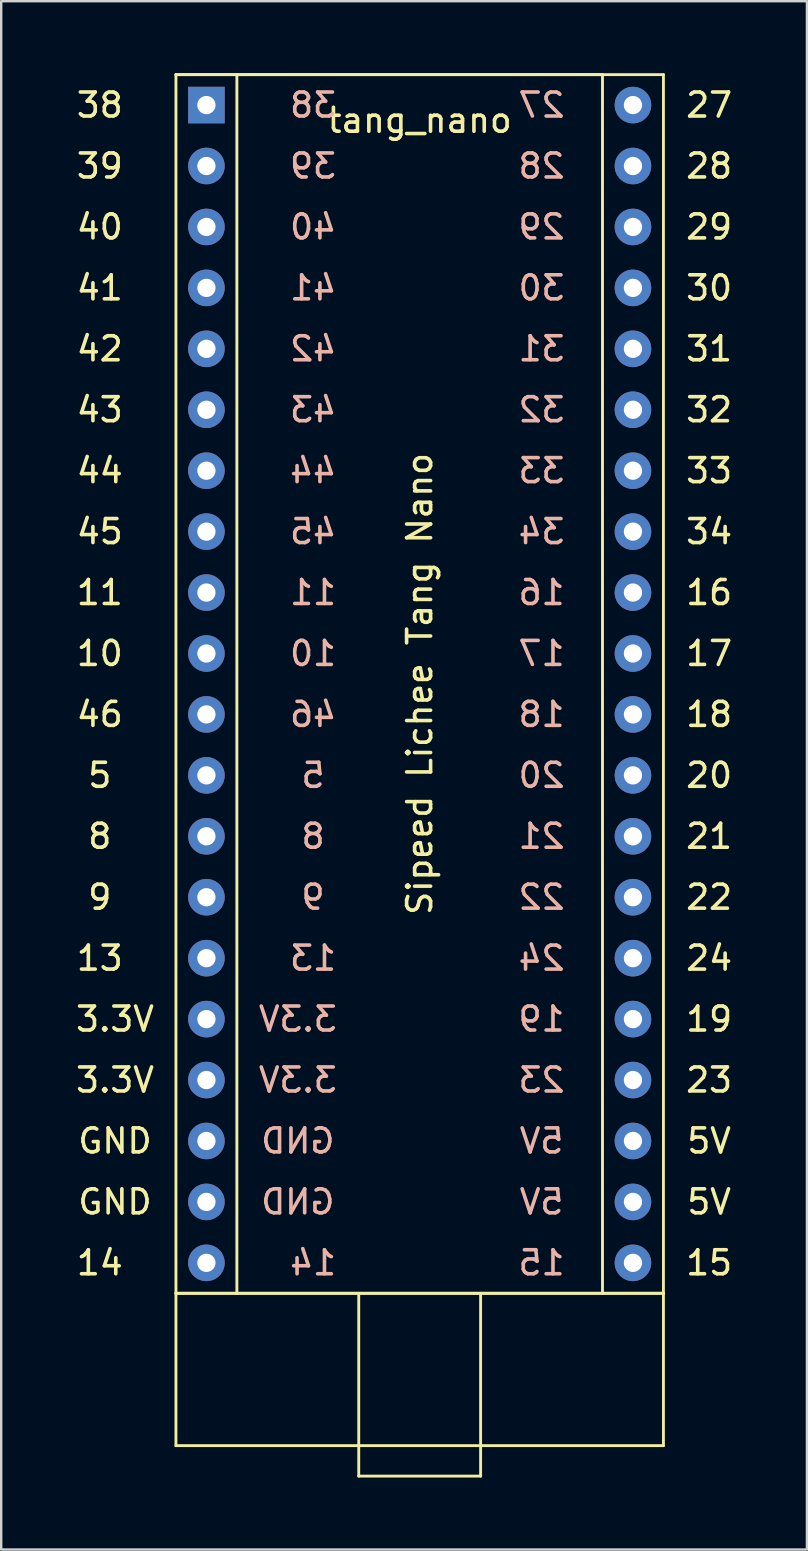
<source format=kicad_pcb>
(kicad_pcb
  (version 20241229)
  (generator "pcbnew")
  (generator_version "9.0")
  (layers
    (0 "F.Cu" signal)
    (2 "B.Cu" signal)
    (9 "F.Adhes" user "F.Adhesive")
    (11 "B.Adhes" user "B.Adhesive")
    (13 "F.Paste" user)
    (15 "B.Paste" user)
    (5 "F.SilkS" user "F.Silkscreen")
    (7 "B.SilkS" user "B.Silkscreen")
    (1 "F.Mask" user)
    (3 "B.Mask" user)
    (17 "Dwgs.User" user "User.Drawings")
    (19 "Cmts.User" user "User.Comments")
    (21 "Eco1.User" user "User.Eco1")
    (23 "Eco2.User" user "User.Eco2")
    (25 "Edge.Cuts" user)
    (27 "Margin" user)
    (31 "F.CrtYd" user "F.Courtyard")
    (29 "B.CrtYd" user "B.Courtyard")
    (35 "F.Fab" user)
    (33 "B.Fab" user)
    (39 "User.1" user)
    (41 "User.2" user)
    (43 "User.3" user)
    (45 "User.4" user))
  (footprint "tang_nano"
    (layer "F.Cu")
    (at 14.444 22.92)
    (property "Reference" "tang_nano" (at 0 -20.955 0) (layer "F.SilkS") (effects (font (size 1 1) (thickness 0.15))))
    (attr through_hole)
    (fp_line (start -10.16 -22.86) (end -10.16 27.94) (stroke (width 0.12) (type solid)) (layer "F.SilkS"))
    (fp_line (start -10.16 -22.86) (end 10.16 -22.86) (stroke (width 0.12) (type solid)) (layer "F.SilkS"))
    (fp_line (start -10.16 27.94) (end -10.16 34.29) (stroke (width 0.12) (type solid)) (layer "F.SilkS"))
    (fp_line (start -10.16 27.94) (end 7.62 27.94) (stroke (width 0.12) (type solid)) (layer "F.SilkS"))
    (fp_line (start -10.16 34.29) (end 10.16 34.29) (stroke (width 0.12) (type solid)) (layer "F.SilkS"))
    (fp_line (start -7.62 27.94) (end -7.62 -22.86) (stroke (width 0.12) (type solid)) (layer "F.SilkS"))
    (fp_line (start -2.54 27.94) (end -2.54 35.56) (stroke (width 0.12) (type solid)) (layer "F.SilkS"))
    (fp_line (start -2.54 35.56) (end 2.54 35.56) (stroke (width 0.12) (type solid)) (layer "F.SilkS"))
    (fp_line (start 2.54 35.56) (end 2.54 27.94) (stroke (width 0.12) (type solid)) (layer "F.SilkS"))
    (fp_line (start 7.62 -22.86) (end -10.16 -22.86) (stroke (width 0.12) (type solid)) (layer "F.SilkS"))
    (fp_line (start 7.62 27.94) (end 7.62 -22.86) (stroke (width 0.12) (type solid)) (layer "F.SilkS"))
    (fp_line (start 10.16 -22.86) (end 10.16 27.94) (stroke (width 0.12) (type solid)) (layer "F.SilkS"))
    (fp_line (start 10.16 27.94) (end -10.16 27.94) (stroke (width 0.12) (type solid)) (layer "F.SilkS"))
    (fp_line (start 10.16 27.94) (end 7.62 27.94) (stroke (width 0.12) (type solid)) (layer "F.SilkS"))
    (fp_line (start 10.16 34.29) (end 10.16 27.94) (stroke (width 0.12) (type solid)) (layer "F.SilkS"))
    (fp_text user "20" (at 12.065 6.35 0) (layer "F.SilkS") (effects (font (size 1 1) (thickness 0.15))))
    (fp_text user "10" (at -13.335 1.27 0) (layer "F.SilkS") (effects (font (size 1 1) (thickness 0.15))))
    (fp_text user "23" (at 12.065 19.05 0) (layer "F.SilkS") (effects (font (size 1 1) (thickness 0.15))))
    (fp_text user "GND" (at -12.7 24.13 0) (layer "F.SilkS") (effects (font (size 1 1) (thickness 0.15))))
    (fp_text user "31" (at 12.065 -11.43 0) (layer "F.SilkS") (effects (font (size 1 1) (thickness 0.15))))
    (fp_text user "18" (at 12.065 3.81 0) (layer "F.SilkS") (effects (font (size 1 1) (thickness 0.15))))
    (fp_text user "5" (at -13.335 6.35 0) (layer "F.SilkS") (effects (font (size 1 1) (thickness 0.15))))
    (fp_text user "41" (at -13.335 -13.97 0) (layer "F.SilkS") (effects (font (size 1 1) (thickness 0.15))))
    (fp_text user "29" (at 12.065 -16.51 0) (layer "F.SilkS") (effects (font (size 1 1) (thickness 0.15))))
    (fp_text user "11" (at -13.335 -1.27 0) (layer "F.SilkS") (effects (font (size 1 1) (thickness 0.15))))
    (fp_text user "15" (at 12.065 26.67 0) (layer "F.SilkS") (effects (font (size 1 1) (thickness 0.15))))
    (fp_text user "9" (at -13.335 11.43 0) (layer "F.SilkS") (effects (font (size 1 1) (thickness 0.15))))
    (fp_text user "3.3V" (at -12.7 19.05 0) (layer "F.SilkS") (effects (font (size 1 1) (thickness 0.15))))
    (fp_text user "14" (at -13.335 26.67 0) (layer "F.SilkS") (effects (font (size 1 1) (thickness 0.15))))
    (fp_text user "39" (at -13.335 -19.05 0) (layer "F.SilkS") (effects (font (size 1 1) (thickness 0.15))))
    (fp_text user "43" (at -13.335 -8.89 0) (layer "F.SilkS") (effects (font (size 1 1) (thickness 0.15))))
    (fp_text user "34" (at 12.065 -3.81 0) (layer "F.SilkS") (effects (font (size 1 1) (thickness 0.15))))
    (fp_text user "Sipeed Lichee Tang Nano" (at 0 2.54 90) (layer "F.SilkS") (effects (font (size 1 1) (thickness 0.15))))
    (fp_text user "5V" (at 12.065 24.13 0) (layer "F.SilkS") (effects (font (size 1 1) (thickness 0.15))))
    (fp_text user "19" (at 12.065 16.51 0) (layer "F.SilkS") (effects (font (size 1 1) (thickness 0.15))))
    (fp_text user "45" (at -13.335 -3.81 0) (layer "F.SilkS") (effects (font (size 1 1) (thickness 0.15))))
    (fp_text user "13" (at -13.335 13.97 0) (layer "F.SilkS") (effects (font (size 1 1) (thickness 0.15))))
    (fp_text user "22" (at 12.065 11.43 0) (layer "F.SilkS") (effects (font (size 1 1) (thickness 0.15))))
    (fp_text user "21" (at 12.065 8.89 0) (layer "F.SilkS") (effects (font (size 1 1) (thickness 0.15))))
    (fp_text user "16" (at 12.065 -1.27 0) (layer "F.SilkS") (effects (font (size 1 1) (thickness 0.15))))
    (fp_text user "30" (at 12.065 -13.97 0) (layer "F.SilkS") (effects (font (size 1 1) (thickness 0.15))))
    (fp_text user "17" (at 12.065 1.27 0) (layer "F.SilkS") (effects (font (size 1 1) (thickness 0.15))))
    (fp_text user "5V" (at 12.065 21.59 0) (layer "F.SilkS") (effects (font (size 1 1) (thickness 0.15))))
    (fp_text user "44" (at -13.335 -6.35 0) (layer "F.SilkS") (effects (font (size 1 1) (thickness 0.15))))
    (fp_text user "8" (at -13.335 8.89 0) (layer "F.SilkS") (effects (font (size 1 1) (thickness 0.15))))
    (fp_text user "GND" (at -12.7 21.59 0) (layer "F.SilkS") (effects (font (size 1 1) (thickness 0.15))))
    (fp_text user "3.3V" (at -12.7 16.51 0) (layer "F.SilkS") (effects (font (size 1 1) (thickness 0.15))))
    (fp_text user "27" (at 12.065 -21.59 0) (layer "F.SilkS") (effects (font (size 1 1) (thickness 0.15))))
    (fp_text user "40" (at -13.335 -16.51 0) (layer "F.SilkS") (effects (font (size 1 1) (thickness 0.15))))
    (fp_text user "46" (at -13.335 3.81 0) (layer "F.SilkS") (effects (font (size 1 1) (thickness 0.15))))
    (fp_text user "24" (at 12.065 13.97 0) (layer "F.SilkS") (effects (font (size 1 1) (thickness 0.15))))
    (fp_text user "33" (at 12.065 -6.35 0) (layer "F.SilkS") (effects (font (size 1 1) (thickness 0.15))))
    (fp_text user "38" (at -13.335 -21.59 0) (layer "F.SilkS") (effects (font (size 1 1) (thickness 0.15))))
    (fp_text user "28" (at 12.065 -19.05 0) (layer "F.SilkS") (effects (font (size 1 1) (thickness 0.15))))
    (fp_text user "32" (at 12.065 -8.89 0) (layer "F.SilkS") (effects (font (size 1 1) (thickness 0.15))))
    (fp_text user "42" (at -13.335 -11.43 0) (layer "F.SilkS") (effects (font (size 1 1) (thickness 0.15))))
    (fp_text user "41" (at -4.445 -13.97 180) (layer "B.SilkS") (effects (font (size 1 1) (thickness 0.15)) (justify mirror)))
    (fp_text user "15" (at 5.08 26.67 180) (layer "B.SilkS") (effects (font (size 1 1) (thickness 0.15)) (justify mirror)))
    (fp_text user "34" (at 5.08 -3.81 180) (layer "B.SilkS") (effects (font (size 1 1) (thickness 0.15)) (justify mirror)))
    (fp_text user "24" (at 5.08 13.97 180) (layer "B.SilkS") (effects (font (size 1 1) (thickness 0.15)) (justify mirror)))
    (fp_text user "20" (at 5.08 6.35 180) (layer "B.SilkS") (effects (font (size 1 1) (thickness 0.15)) (justify mirror)))
    (fp_text user "31" (at 5.08 -11.43 180) (layer "B.SilkS") (effects (font (size 1 1) (thickness 0.15)) (justify mirror)))
    (fp_text user "23" (at 5.08 19.05 180) (layer "B.SilkS") (effects (font (size 1 1) (thickness 0.15)) (justify mirror)))
    (fp_text user "38" (at -4.445 -21.59 180) (layer "B.SilkS") (effects (font (size 1 1) (thickness 0.15)) (justify mirror)))
    (fp_text user "22" (at 5.08 11.43 180) (layer "B.SilkS") (effects (font (size 1 1) (thickness 0.15)) (justify mirror)))
    (fp_text user "13" (at -4.445 13.97 180) (layer "B.SilkS") (effects (font (size 1 1) (thickness 0.15)) (justify mirror)))
    (fp_text user "17" (at 5.08 1.27 180) (layer "B.SilkS") (effects (font (size 1 1) (thickness 0.15)) (justify mirror)))
    (fp_text user "44" (at -4.445 -6.35 180) (layer "B.SilkS") (effects (font (size 1 1) (thickness 0.15)) (justify mirror)))
    (fp_text user "GND" (at -5.08 21.59 180) (layer "B.SilkS") (effects (font (size 1 1) (thickness 0.15)) (justify mirror)))
    (fp_text user "27" (at 5.08 -21.59 180) (layer "B.SilkS") (effects (font (size 1 1) (thickness 0.15)) (justify mirror)))
    (fp_text user "18" (at 5.08 3.81 180) (layer "B.SilkS") (effects (font (size 1 1) (thickness 0.15)) (justify mirror)))
    (fp_text user "3.3V" (at -5.08 19.05 180) (layer "B.SilkS") (effects (font (size 1 1) (thickness 0.15)) (justify mirror)))
    (fp_text user "29" (at 5.08 -16.51 180) (layer "B.SilkS") (effects (font (size 1 1) (thickness 0.15)) (justify mirror)))
    (fp_text user "GND" (at -5.08 24.13 180) (layer "B.SilkS") (effects (font (size 1 1) (thickness 0.15)) (justify mirror)))
    (fp_text user "19" (at 5.08 16.51 180) (layer "B.SilkS") (effects (font (size 1 1) (thickness 0.15)) (justify mirror)))
    (fp_text user "16" (at 5.08 -1.27 180) (layer "B.SilkS") (effects (font (size 1 1) (thickness 0.15)) (justify mirror)))
    (fp_text user "5" (at -4.445 6.35 180) (layer "B.SilkS") (effects (font (size 1 1) (thickness 0.15)) (justify mirror)))
    (fp_text user "42" (at -4.445 -11.43 180) (layer "B.SilkS") (effects (font (size 1 1) (thickness 0.15)) (justify mirror)))
    (fp_text user "30" (at 5.08 -13.97 180) (layer "B.SilkS") (effects (font (size 1 1) (thickness 0.15)) (justify mirror)))
    (fp_text user "3.3V" (at -5.08 16.51 180) (layer "B.SilkS") (effects (font (size 1 1) (thickness 0.15)) (justify mirror)))
    (fp_text user "39" (at -4.445 -19.05 180) (layer "B.SilkS") (effects (font (size 1 1) (thickness 0.15)) (justify mirror)))
    (fp_text user "9" (at -4.445 11.43 180) (layer "B.SilkS") (effects (font (size 1 1) (thickness 0.15)) (justify mirror)))
    (fp_text user "28" (at 5.08 -19.05 180) (layer "B.SilkS") (effects (font (size 1 1) (thickness 0.15)) (justify mirror)))
    (fp_text user "40" (at -4.445 -16.51 180) (layer "B.SilkS") (effects (font (size 1 1) (thickness 0.15)) (justify mirror)))
    (fp_text user "33" (at 5.08 -6.35 180) (layer "B.SilkS") (effects (font (size 1 1) (thickness 0.15)) (justify mirror)))
    (fp_text user "21" (at 5.08 8.89 180) (layer "B.SilkS") (effects (font (size 1 1) (thickness 0.15)) (justify mirror)))
    (fp_text user "11" (at -4.445 -1.27 180) (layer "B.SilkS") (effects (font (size 1 1) (thickness 0.15)) (justify mirror)))
    (fp_text user "43" (at -4.445 -8.89 180) (layer "B.SilkS") (effects (font (size 1 1) (thickness 0.15)) (justify mirror)))
    (fp_text user "5V" (at 5.08 24.13 180) (layer "B.SilkS") (effects (font (size 1 1) (thickness 0.15)) (justify mirror)))
    (fp_text user "10" (at -4.445 1.27 180) (layer "B.SilkS") (effects (font (size 1 1) (thickness 0.15)) (justify mirror)))
    (fp_text user "32" (at 5.08 -8.89 180) (layer "B.SilkS") (effects (font (size 1 1) (thickness 0.15)) (justify mirror)))
    (fp_text user "14" (at -4.445 26.67 180) (layer "B.SilkS") (effects (font (size 1 1) (thickness 0.15)) (justify mirror)))
    (fp_text user "5V" (at 5.08 21.59 180) (layer "B.SilkS") (effects (font (size 1 1) (thickness 0.15)) (justify mirror)))
    (fp_text user "8" (at -4.445 8.89 180) (layer "B.SilkS") (effects (font (size 1 1) (thickness 0.15)) (justify mirror)))
    (fp_text user "45" (at -4.445 -3.81 180) (layer "B.SilkS") (effects (font (size 1 1) (thickness 0.15)) (justify mirror)))
    (fp_text user "46" (at -4.445 3.81 180) (layer "B.SilkS") (effects (font (size 1 1) (thickness 0.15)) (justify mirror)))
    (pad "1" thru_hole rect (at -8.89 -21.59) (size 1.524 1.524) (drill 0.762) (layers "*.Cu" "*.Mask"))
    (pad "2" thru_hole circle (at -8.89 -19.05) (size 1.524 1.524) (drill 0.762) (layers "*.Cu" "*.Mask"))
    (pad "3" thru_hole circle (at -8.89 -16.51) (size 1.524 1.524) (drill 0.762) (layers "*.Cu" "*.Mask"))
    (pad "4" thru_hole circle (at -8.89 -13.97) (size 1.524 1.524) (drill 0.762) (layers "*.Cu" "*.Mask"))
    (pad "5" thru_hole circle (at -8.89 -11.43) (size 1.524 1.524) (drill 0.762) (layers "*.Cu" "*.Mask"))
    (pad "6" thru_hole circle (at -8.89 -8.89) (size 1.524 1.524) (drill 0.762) (layers "*.Cu" "*.Mask"))
    (pad "7" thru_hole circle (at -8.89 -6.35) (size 1.524 1.524) (drill 0.762) (layers "*.Cu" "*.Mask"))
    (pad "8" thru_hole circle (at -8.89 -3.81) (size 1.524 1.524) (drill 0.762) (layers "*.Cu" "*.Mask"))
    (pad "9" thru_hole circle (at -8.89 -1.27) (size 1.524 1.524) (drill 0.762) (layers "*.Cu" "*.Mask"))
    (pad "10" thru_hole circle (at -8.89 1.27) (size 1.524 1.524) (drill 0.762) (layers "*.Cu" "*.Mask"))
    (pad "11" thru_hole circle (at -8.89 3.81) (size 1.524 1.524) (drill 0.762) (layers "*.Cu" "*.Mask"))
    (pad "12" thru_hole circle (at -8.89 6.35) (size 1.524 1.524) (drill 0.762) (layers "*.Cu" "*.Mask"))
    (pad "13" thru_hole circle (at -8.89 8.89) (size 1.524 1.524) (drill 0.762) (layers "*.Cu" "*.Mask"))
    (pad "14" thru_hole circle (at -8.89 11.43) (size 1.524 1.524) (drill 0.762) (layers "*.Cu" "*.Mask"))
    (pad "15" thru_hole circle (at -8.89 13.97) (size 1.524 1.524) (drill 0.762) (layers "*.Cu" "*.Mask"))
    (pad "16" thru_hole circle (at -8.89 16.51) (size 1.524 1.524) (drill 0.762) (layers "*.Cu" "*.Mask"))
    (pad "17" thru_hole circle (at -8.89 19.05) (size 1.524 1.524) (drill 0.762) (layers "*.Cu" "*.Mask"))
    (pad "18" thru_hole circle (at -8.89 21.59) (size 1.524 1.524) (drill 0.762) (layers "*.Cu" "*.Mask"))
    (pad "19" thru_hole circle (at -8.89 24.13) (size 1.524 1.524) (drill 0.762) (layers "*.Cu" "*.Mask"))
    (pad "20" thru_hole circle (at -8.89 26.67) (size 1.524 1.524) (drill 0.762) (layers "*.Cu" "*.Mask"))
    (pad "21" thru_hole circle (at 8.89 26.67) (size 1.524 1.524) (drill 0.762) (layers "*.Cu" "*.Mask"))
    (pad "22" thru_hole circle (at 8.89 24.13) (size 1.524 1.524) (drill 0.762) (layers "*.Cu" "*.Mask"))
    (pad "23" thru_hole circle (at 8.89 21.59) (size 1.524 1.524) (drill 0.762) (layers "*.Cu" "*.Mask"))
    (pad "24" thru_hole circle (at 8.89 19.05) (size 1.524 1.524) (drill 0.762) (layers "*.Cu" "*.Mask"))
    (pad "25" thru_hole circle (at 8.89 16.51) (size 1.524 1.524) (drill 0.762) (layers "*.Cu" "*.Mask"))
    (pad "26" thru_hole circle (at 8.89 13.97) (size 1.524 1.524) (drill 0.762) (layers "*.Cu" "*.Mask"))
    (pad "27" thru_hole circle (at 8.89 11.43) (size 1.524 1.524) (drill 0.762) (layers "*.Cu" "*.Mask"))
    (pad "28" thru_hole circle (at 8.89 8.89) (size 1.524 1.524) (drill 0.762) (layers "*.Cu" "*.Mask"))
    (pad "29" thru_hole circle (at 8.89 6.35) (size 1.524 1.524) (drill 0.762) (layers "*.Cu" "*.Mask"))
    (pad "30" thru_hole circle (at 8.89 3.81) (size 1.524 1.524) (drill 0.762) (layers "*.Cu" "*.Mask"))
    (pad "31" thru_hole circle (at 8.89 1.27) (size 1.524 1.524) (drill 0.762) (layers "*.Cu" "*.Mask"))
    (pad "32" thru_hole circle (at 8.89 -1.27) (size 1.524 1.524) (drill 0.762) (layers "*.Cu" "*.Mask"))
    (pad "33" thru_hole circle (at 8.89 -3.81) (size 1.524 1.524) (drill 0.762) (layers "*.Cu" "*.Mask"))
    (pad "34" thru_hole circle (at 8.89 -6.35) (size 1.524 1.524) (drill 0.762) (layers "*.Cu" "*.Mask"))
    (pad "35" thru_hole circle (at 8.89 -8.89) (size 1.524 1.524) (drill 0.762) (layers "*.Cu" "*.Mask"))
    (pad "36" thru_hole circle (at 8.89 -11.43) (size 1.524 1.524) (drill 0.762) (layers "*.Cu" "*.Mask"))
    (pad "37" thru_hole circle (at 8.89 -13.97) (size 1.524 1.524) (drill 0.762) (layers "*.Cu" "*.Mask"))
    (pad "38" thru_hole circle (at 8.89 -16.51) (size 1.524 1.524) (drill 0.762) (layers "*.Cu" "*.Mask"))
    (pad "39" thru_hole circle (at 8.89 -19.05) (size 1.524 1.524) (drill 0.762) (layers "*.Cu" "*.Mask"))
    (pad "40" thru_hole circle (at 8.89 -21.59) (size 1.524 1.524) (drill 0.762) (layers "*.Cu" "*.Mask")))
  (gr_rect
    (start -3 -3)
    (end 30.586 61.54)
    (stroke (width 0.1) (type default))
    (fill no)
    (layer "Edge.Cuts")))
</source>
